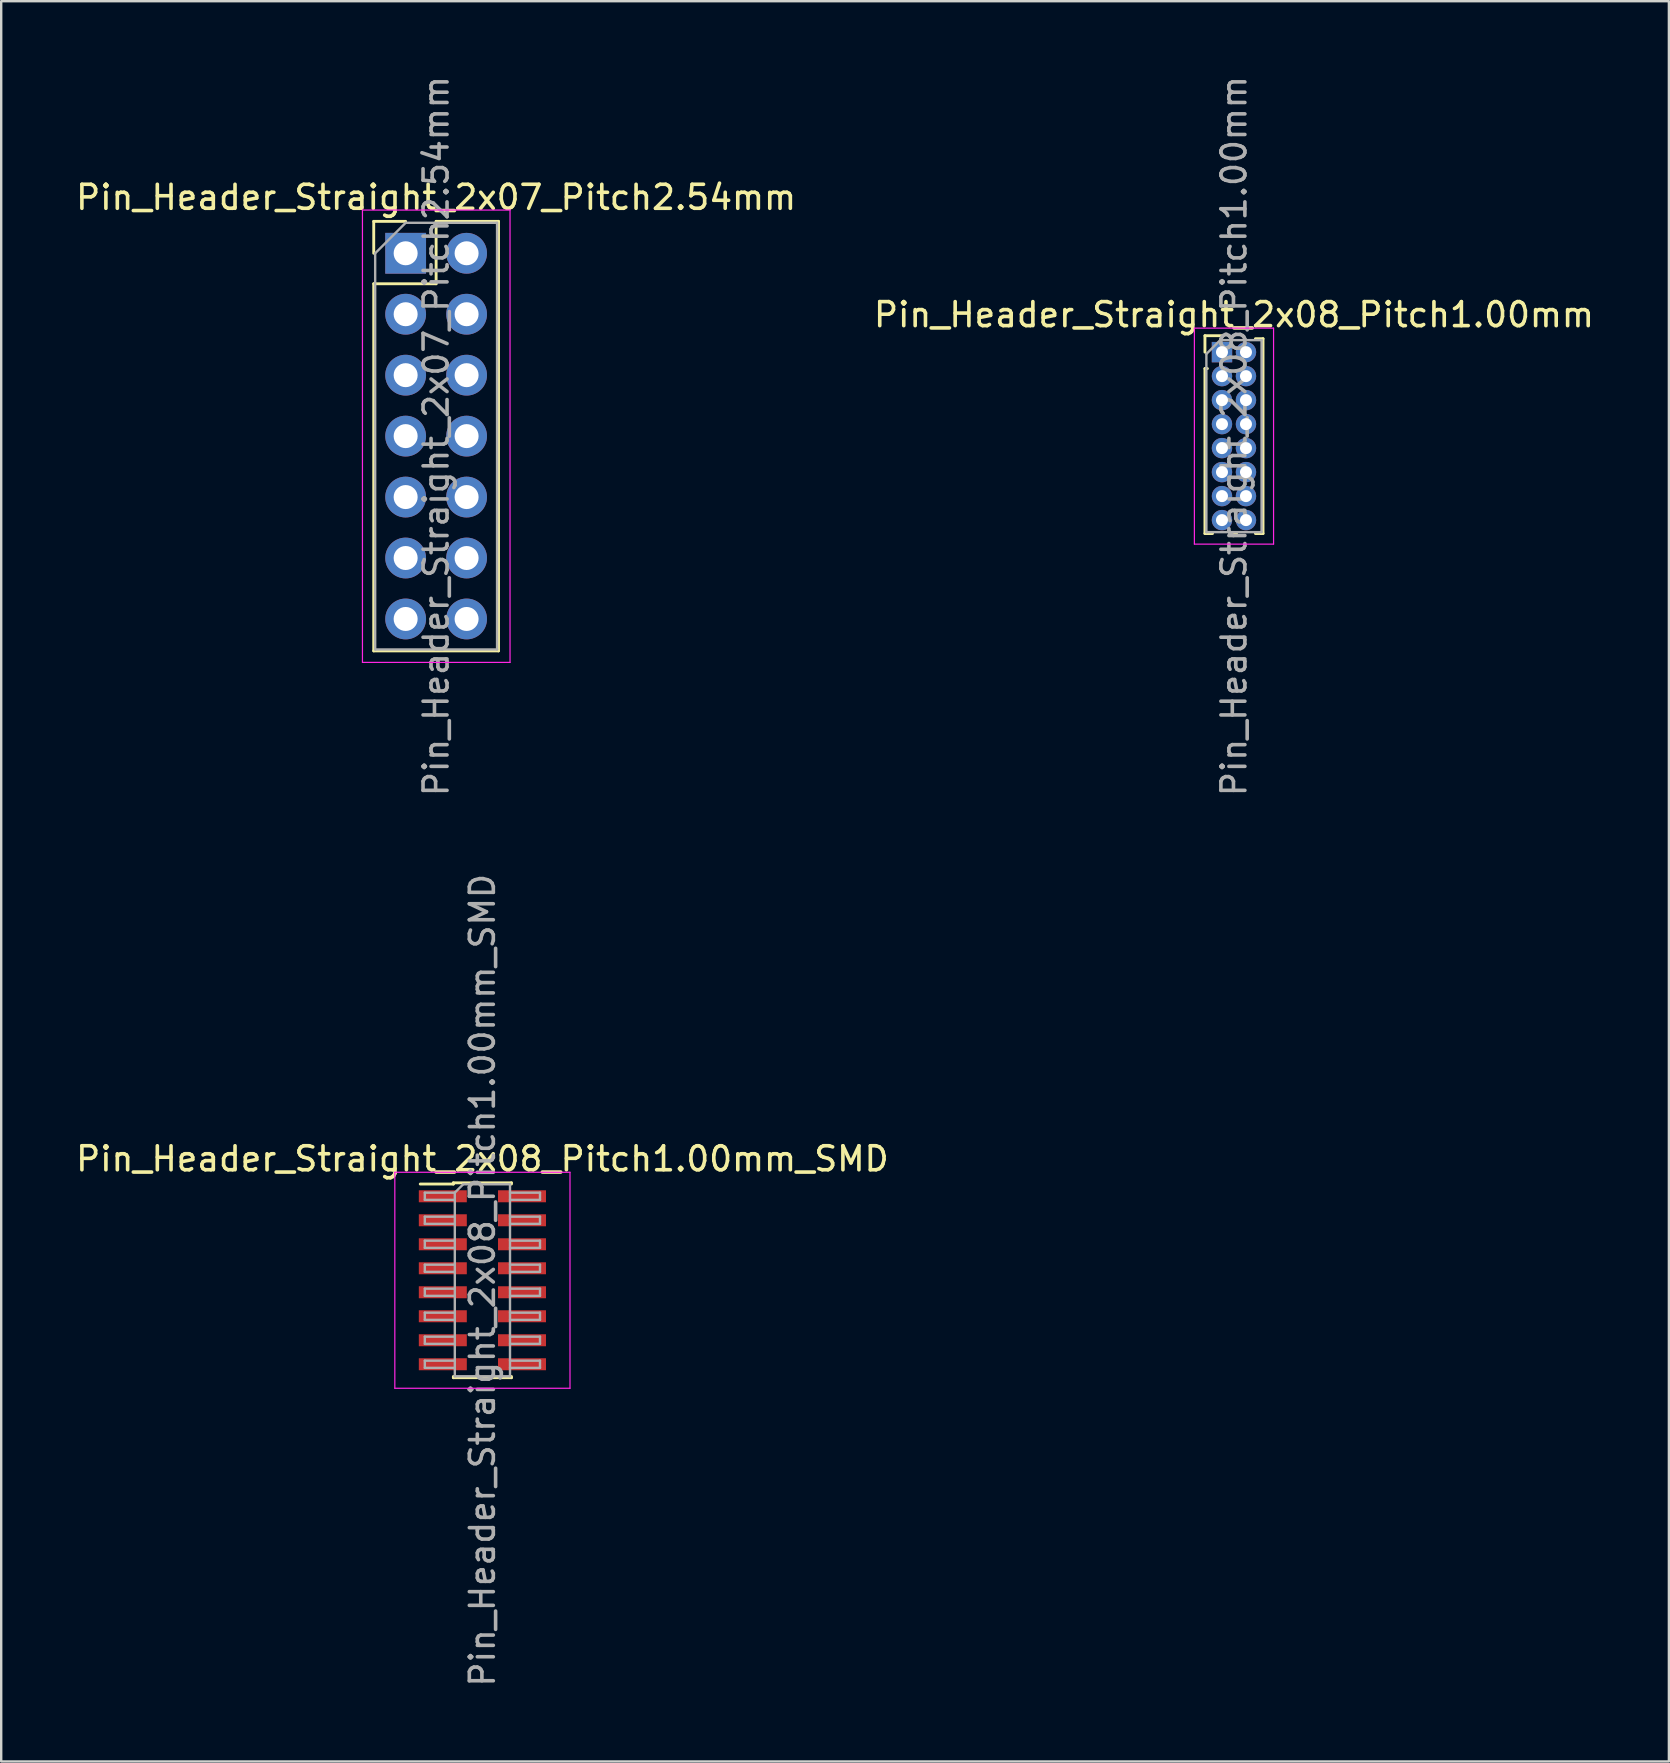
<source format=kicad_pcb>
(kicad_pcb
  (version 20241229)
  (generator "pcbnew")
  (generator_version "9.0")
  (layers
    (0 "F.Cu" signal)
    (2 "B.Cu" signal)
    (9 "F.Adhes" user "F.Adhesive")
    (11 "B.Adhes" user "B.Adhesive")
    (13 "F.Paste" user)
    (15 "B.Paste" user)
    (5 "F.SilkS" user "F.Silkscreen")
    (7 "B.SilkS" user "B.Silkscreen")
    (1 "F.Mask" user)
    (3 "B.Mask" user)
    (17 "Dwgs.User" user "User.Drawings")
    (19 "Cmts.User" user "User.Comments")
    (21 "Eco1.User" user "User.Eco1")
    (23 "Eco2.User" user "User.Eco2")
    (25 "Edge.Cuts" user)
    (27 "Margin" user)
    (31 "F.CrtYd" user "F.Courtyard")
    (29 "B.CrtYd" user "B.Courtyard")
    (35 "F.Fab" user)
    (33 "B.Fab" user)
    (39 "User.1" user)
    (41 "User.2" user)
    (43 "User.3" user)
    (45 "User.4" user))
  (footprint "Pin_Header_Straight_2x08_Pitch1.00mm_SMD"
    (layer "F.Cu")
    (at 17.054 50.304)
    (property "Reference" "Pin_Header_Straight_2x08_Pitch1.00mm_SMD" (at 0 -5.06 0) (layer "F.SilkS") (effects (font (size 1 1) (thickness 0.15))))
    (attr smd)
    (fp_line (start -2.59 -4.01) (end -1.21 -4.01) (stroke (width 0.12) (type solid)) (layer "F.SilkS"))
    (fp_line (start -1.21 -4.06) (end -1.21 -4.01) (stroke (width 0.12) (type solid)) (layer "F.SilkS"))
    (fp_line (start -1.21 -4.06) (end 1.21 -4.06) (stroke (width 0.12) (type solid)) (layer "F.SilkS"))
    (fp_line (start -1.21 4.01) (end -1.21 4.06) (stroke (width 0.12) (type solid)) (layer "F.SilkS"))
    (fp_line (start -1.21 4.06) (end 1.21 4.06) (stroke (width 0.12) (type solid)) (layer "F.SilkS"))
    (fp_line (start 1.21 -4.06) (end 1.21 -4.01) (stroke (width 0.12) (type solid)) (layer "F.SilkS"))
    (fp_line (start 1.21 4.01) (end 1.21 4.06) (stroke (width 0.12) (type solid)) (layer "F.SilkS"))
    (fp_line (start -3.65 -4.5) (end -3.65 4.5) (stroke (width 0.05) (type solid)) (layer "F.CrtYd"))
    (fp_line (start -3.65 4.5) (end 3.65 4.5) (stroke (width 0.05) (type solid)) (layer "F.CrtYd"))
    (fp_line (start 3.65 -4.5) (end -3.65 -4.5) (stroke (width 0.05) (type solid)) (layer "F.CrtYd"))
    (fp_line (start 3.65 4.5) (end 3.65 -4.5) (stroke (width 0.05) (type solid)) (layer "F.CrtYd"))
    (fp_line (start -2.4 -3.65) (end -2.4 -3.35) (stroke (width 0.1) (type solid)) (layer "F.Fab"))
    (fp_line (start -2.4 -3.35) (end -1.15 -3.35) (stroke (width 0.1) (type solid)) (layer "F.Fab"))
    (fp_line (start -2.4 -2.65) (end -2.4 -2.35) (stroke (width 0.1) (type solid)) (layer "F.Fab"))
    (fp_line (start -2.4 -2.35) (end -1.15 -2.35) (stroke (width 0.1) (type solid)) (layer "F.Fab"))
    (fp_line (start -2.4 -1.65) (end -2.4 -1.35) (stroke (width 0.1) (type solid)) (layer "F.Fab"))
    (fp_line (start -2.4 -1.35) (end -1.15 -1.35) (stroke (width 0.1) (type solid)) (layer "F.Fab"))
    (fp_line (start -2.4 -0.65) (end -2.4 -0.35) (stroke (width 0.1) (type solid)) (layer "F.Fab"))
    (fp_line (start -2.4 -0.35) (end -1.15 -0.35) (stroke (width 0.1) (type solid)) (layer "F.Fab"))
    (fp_line (start -2.4 0.35) (end -2.4 0.65) (stroke (width 0.1) (type solid)) (layer "F.Fab"))
    (fp_line (start -2.4 0.65) (end -1.15 0.65) (stroke (width 0.1) (type solid)) (layer "F.Fab"))
    (fp_line (start -2.4 1.35) (end -2.4 1.65) (stroke (width 0.1) (type solid)) (layer "F.Fab"))
    (fp_line (start -2.4 1.65) (end -1.15 1.65) (stroke (width 0.1) (type solid)) (layer "F.Fab"))
    (fp_line (start -2.4 2.35) (end -2.4 2.65) (stroke (width 0.1) (type solid)) (layer "F.Fab"))
    (fp_line (start -2.4 2.65) (end -1.15 2.65) (stroke (width 0.1) (type solid)) (layer "F.Fab"))
    (fp_line (start -2.4 3.35) (end -2.4 3.65) (stroke (width 0.1) (type solid)) (layer "F.Fab"))
    (fp_line (start -2.4 3.65) (end -1.15 3.65) (stroke (width 0.1) (type solid)) (layer "F.Fab"))
    (fp_line (start -1.15 -3.65) (end -2.4 -3.65) (stroke (width 0.1) (type solid)) (layer "F.Fab"))
    (fp_line (start -1.15 -3.65) (end -0.8 -4) (stroke (width 0.1) (type solid)) (layer "F.Fab"))
    (fp_line (start -1.15 -2.65) (end -2.4 -2.65) (stroke (width 0.1) (type solid)) (layer "F.Fab"))
    (fp_line (start -1.15 -1.65) (end -2.4 -1.65) (stroke (width 0.1) (type solid)) (layer "F.Fab"))
    (fp_line (start -1.15 -0.65) (end -2.4 -0.65) (stroke (width 0.1) (type solid)) (layer "F.Fab"))
    (fp_line (start -1.15 0.35) (end -2.4 0.35) (stroke (width 0.1) (type solid)) (layer "F.Fab"))
    (fp_line (start -1.15 1.35) (end -2.4 1.35) (stroke (width 0.1) (type solid)) (layer "F.Fab"))
    (fp_line (start -1.15 2.35) (end -2.4 2.35) (stroke (width 0.1) (type solid)) (layer "F.Fab"))
    (fp_line (start -1.15 3.35) (end -2.4 3.35) (stroke (width 0.1) (type solid)) (layer "F.Fab"))
    (fp_line (start -1.15 4) (end -1.15 -3.65) (stroke (width 0.1) (type solid)) (layer "F.Fab"))
    (fp_line (start -0.8 -4) (end 1.15 -4) (stroke (width 0.1) (type solid)) (layer "F.Fab"))
    (fp_line (start 1.15 -4) (end 1.15 4) (stroke (width 0.1) (type solid)) (layer "F.Fab"))
    (fp_line (start 1.15 -3.65) (end 2.4 -3.65) (stroke (width 0.1) (type solid)) (layer "F.Fab"))
    (fp_line (start 1.15 -2.65) (end 2.4 -2.65) (stroke (width 0.1) (type solid)) (layer "F.Fab"))
    (fp_line (start 1.15 -1.65) (end 2.4 -1.65) (stroke (width 0.1) (type solid)) (layer "F.Fab"))
    (fp_line (start 1.15 -0.65) (end 2.4 -0.65) (stroke (width 0.1) (type solid)) (layer "F.Fab"))
    (fp_line (start 1.15 0.35) (end 2.4 0.35) (stroke (width 0.1) (type solid)) (layer "F.Fab"))
    (fp_line (start 1.15 1.35) (end 2.4 1.35) (stroke (width 0.1) (type solid)) (layer "F.Fab"))
    (fp_line (start 1.15 2.35) (end 2.4 2.35) (stroke (width 0.1) (type solid)) (layer "F.Fab"))
    (fp_line (start 1.15 3.35) (end 2.4 3.35) (stroke (width 0.1) (type solid)) (layer "F.Fab"))
    (fp_line (start 1.15 4) (end -1.15 4) (stroke (width 0.1) (type solid)) (layer "F.Fab"))
    (fp_line (start 2.4 -3.65) (end 2.4 -3.35) (stroke (width 0.1) (type solid)) (layer "F.Fab"))
    (fp_line (start 2.4 -3.35) (end 1.15 -3.35) (stroke (width 0.1) (type solid)) (layer "F.Fab"))
    (fp_line (start 2.4 -2.65) (end 2.4 -2.35) (stroke (width 0.1) (type solid)) (layer "F.Fab"))
    (fp_line (start 2.4 -2.35) (end 1.15 -2.35) (stroke (width 0.1) (type solid)) (layer "F.Fab"))
    (fp_line (start 2.4 -1.65) (end 2.4 -1.35) (stroke (width 0.1) (type solid)) (layer "F.Fab"))
    (fp_line (start 2.4 -1.35) (end 1.15 -1.35) (stroke (width 0.1) (type solid)) (layer "F.Fab"))
    (fp_line (start 2.4 -0.65) (end 2.4 -0.35) (stroke (width 0.1) (type solid)) (layer "F.Fab"))
    (fp_line (start 2.4 -0.35) (end 1.15 -0.35) (stroke (width 0.1) (type solid)) (layer "F.Fab"))
    (fp_line (start 2.4 0.35) (end 2.4 0.65) (stroke (width 0.1) (type solid)) (layer "F.Fab"))
    (fp_line (start 2.4 0.65) (end 1.15 0.65) (stroke (width 0.1) (type solid)) (layer "F.Fab"))
    (fp_line (start 2.4 1.35) (end 2.4 1.65) (stroke (width 0.1) (type solid)) (layer "F.Fab"))
    (fp_line (start 2.4 1.65) (end 1.15 1.65) (stroke (width 0.1) (type solid)) (layer "F.Fab"))
    (fp_line (start 2.4 2.35) (end 2.4 2.65) (stroke (width 0.1) (type solid)) (layer "F.Fab"))
    (fp_line (start 2.4 2.65) (end 1.15 2.65) (stroke (width 0.1) (type solid)) (layer "F.Fab"))
    (fp_line (start 2.4 3.35) (end 2.4 3.65) (stroke (width 0.1) (type solid)) (layer "F.Fab"))
    (fp_line (start 2.4 3.65) (end 1.15 3.65) (stroke (width 0.1) (type solid)) (layer "F.Fab"))
    (fp_text user "${REFERENCE}" (at 0 0 90) (layer "F.Fab") (effects (font (size 1 1) (thickness 0.15))))
    (pad "1" smd rect (at -1.65 -3.5) (size 2 0.5) (layers "F.Cu" "F.Mask" "F.Paste"))
    (pad "2" smd rect (at 1.65 -3.5) (size 2 0.5) (layers "F.Cu" "F.Mask" "F.Paste"))
    (pad "3" smd rect (at -1.65 -2.5) (size 2 0.5) (layers "F.Cu" "F.Mask" "F.Paste"))
    (pad "4" smd rect (at 1.65 -2.5) (size 2 0.5) (layers "F.Cu" "F.Mask" "F.Paste"))
    (pad "5" smd rect (at -1.65 -1.5) (size 2 0.5) (layers "F.Cu" "F.Mask" "F.Paste"))
    (pad "6" smd rect (at 1.65 -1.5) (size 2 0.5) (layers "F.Cu" "F.Mask" "F.Paste"))
    (pad "7" smd rect (at -1.65 -0.5) (size 2 0.5) (layers "F.Cu" "F.Mask" "F.Paste"))
    (pad "8" smd rect (at 1.65 -0.5) (size 2 0.5) (layers "F.Cu" "F.Mask" "F.Paste"))
    (pad "9" smd rect (at -1.65 0.5) (size 2 0.5) (layers "F.Cu" "F.Mask" "F.Paste"))
    (pad "10" smd rect (at 1.65 0.5) (size 2 0.5) (layers "F.Cu" "F.Mask" "F.Paste"))
    (pad "11" smd rect (at -1.65 1.5) (size 2 0.5) (layers "F.Cu" "F.Mask" "F.Paste"))
    (pad "12" smd rect (at 1.65 1.5) (size 2 0.5) (layers "F.Cu" "F.Mask" "F.Paste"))
    (pad "13" smd rect (at -1.65 2.5) (size 2 0.5) (layers "F.Cu" "F.Mask" "F.Paste"))
    (pad "14" smd rect (at 1.65 2.5) (size 2 0.5) (layers "F.Cu" "F.Mask" "F.Paste"))
    (pad "15" smd rect (at -1.65 3.5) (size 2 0.5) (layers "F.Cu" "F.Mask" "F.Paste"))
    (pad "16" smd rect (at 1.65 3.5) (size 2 0.5) (layers "F.Cu" "F.Mask" "F.Paste")))
  (footprint "Pin_Header_Straight_2x08_Pitch1.00mm"
    (layer "F.Cu")
    (at 47.875 11.625)
    (property "Reference" "Pin_Header_Straight_2x08_Pitch1.00mm" (at 0.5 -1.56 0) (layer "F.SilkS") (effects (font (size 1 1) (thickness 0.15))))
    (attr through_hole)
    (fp_line (start -0.71 -0.685) (end 0 -0.685) (stroke (width 0.12) (type solid)) (layer "F.SilkS"))
    (fp_line (start -0.71 0) (end -0.71 -0.685) (stroke (width 0.12) (type solid)) (layer "F.SilkS"))
    (fp_line (start -0.71 0.685) (end -0.71 7.56) (stroke (width 0.12) (type solid)) (layer "F.SilkS"))
    (fp_line (start -0.71 0.685) (end -0.608 0.685) (stroke (width 0.12) (type solid)) (layer "F.SilkS"))
    (fp_line (start -0.71 7.56) (end -0.394 7.56) (stroke (width 0.12) (type solid)) (layer "F.SilkS"))
    (fp_line (start 0.394 7.56) (end 0.606 7.56) (stroke (width 0.12) (type solid)) (layer "F.SilkS"))
    (fp_line (start 1.394 -0.56) (end 1.71 -0.56) (stroke (width 0.12) (type solid)) (layer "F.SilkS"))
    (fp_line (start 1.394 7.56) (end 1.71 7.56) (stroke (width 0.12) (type solid)) (layer "F.SilkS"))
    (fp_line (start 1.71 -0.56) (end 1.71 7.56) (stroke (width 0.12) (type solid)) (layer "F.SilkS"))
    (fp_line (start -1.15 -1) (end -1.15 8) (stroke (width 0.05) (type solid)) (layer "F.CrtYd"))
    (fp_line (start -1.15 8) (end 2.15 8) (stroke (width 0.05) (type solid)) (layer "F.CrtYd"))
    (fp_line (start 2.15 -1) (end -1.15 -1) (stroke (width 0.05) (type solid)) (layer "F.CrtYd"))
    (fp_line (start 2.15 8) (end 2.15 -1) (stroke (width 0.05) (type solid)) (layer "F.CrtYd"))
    (fp_line (start -0.65 0.075) (end -0.075 -0.5) (stroke (width 0.1) (type solid)) (layer "F.Fab"))
    (fp_line (start -0.65 7.5) (end -0.65 0.075) (stroke (width 0.1) (type solid)) (layer "F.Fab"))
    (fp_line (start -0.075 -0.5) (end 1.65 -0.5) (stroke (width 0.1) (type solid)) (layer "F.Fab"))
    (fp_line (start 1.65 -0.5) (end 1.65 7.5) (stroke (width 0.1) (type solid)) (layer "F.Fab"))
    (fp_line (start 1.65 7.5) (end -0.65 7.5) (stroke (width 0.1) (type solid)) (layer "F.Fab"))
    (fp_text user "${REFERENCE}" (at 0.5 3.5 90) (layer "F.Fab") (effects (font (size 1 1) (thickness 0.15))))
    (pad "1" thru_hole rect (at 0 0) (size 0.85 0.85) (drill 0.5) (layers "*.Cu" "*.Mask"))
    (pad "2" thru_hole oval (at 1 0) (size 0.85 0.85) (drill 0.5) (layers "*.Cu" "*.Mask"))
    (pad "3" thru_hole oval (at 0 1) (size 0.85 0.85) (drill 0.5) (layers "*.Cu" "*.Mask"))
    (pad "4" thru_hole oval (at 1 1) (size 0.85 0.85) (drill 0.5) (layers "*.Cu" "*.Mask"))
    (pad "5" thru_hole oval (at 0 2) (size 0.85 0.85) (drill 0.5) (layers "*.Cu" "*.Mask"))
    (pad "6" thru_hole oval (at 1 2) (size 0.85 0.85) (drill 0.5) (layers "*.Cu" "*.Mask"))
    (pad "7" thru_hole oval (at 0 3) (size 0.85 0.85) (drill 0.5) (layers "*.Cu" "*.Mask"))
    (pad "8" thru_hole oval (at 1 3) (size 0.85 0.85) (drill 0.5) (layers "*.Cu" "*.Mask"))
    (pad "9" thru_hole oval (at 0 4) (size 0.85 0.85) (drill 0.5) (layers "*.Cu" "*.Mask"))
    (pad "10" thru_hole oval (at 1 4) (size 0.85 0.85) (drill 0.5) (layers "*.Cu" "*.Mask"))
    (pad "11" thru_hole oval (at 0 5) (size 0.85 0.85) (drill 0.5) (layers "*.Cu" "*.Mask"))
    (pad "12" thru_hole oval (at 1 5) (size 0.85 0.85) (drill 0.5) (layers "*.Cu" "*.Mask"))
    (pad "13" thru_hole oval (at 0 6) (size 0.85 0.85) (drill 0.5) (layers "*.Cu" "*.Mask"))
    (pad "14" thru_hole oval (at 1 6) (size 0.85 0.85) (drill 0.5) (layers "*.Cu" "*.Mask"))
    (pad "15" thru_hole oval (at 0 7) (size 0.85 0.85) (drill 0.5) (layers "*.Cu" "*.Mask"))
    (pad "16" thru_hole oval (at 1 7) (size 0.85 0.85) (drill 0.5) (layers "*.Cu" "*.Mask")))
  (footprint "Pin_Header_Straight_2x07_Pitch2.54mm"
    (layer "F.Cu")
    (at 13.855 7.505)
    (property "Reference" "Pin_Header_Straight_2x07_Pitch2.54mm" (at 1.27 -2.33 0) (layer "F.SilkS") (effects (font (size 1 1) (thickness 0.15))))
    (attr through_hole)
    (fp_line (start -1.33 -1.33) (end 0 -1.33) (stroke (width 0.12) (type solid)) (layer "F.SilkS"))
    (fp_line (start -1.33 0) (end -1.33 -1.33) (stroke (width 0.12) (type solid)) (layer "F.SilkS"))
    (fp_line (start -1.33 1.27) (end -1.33 16.57) (stroke (width 0.12) (type solid)) (layer "F.SilkS"))
    (fp_line (start -1.33 1.27) (end 1.27 1.27) (stroke (width 0.12) (type solid)) (layer "F.SilkS"))
    (fp_line (start -1.33 16.57) (end 3.87 16.57) (stroke (width 0.12) (type solid)) (layer "F.SilkS"))
    (fp_line (start 1.27 -1.33) (end 3.87 -1.33) (stroke (width 0.12) (type solid)) (layer "F.SilkS"))
    (fp_line (start 1.27 1.27) (end 1.27 -1.33) (stroke (width 0.12) (type solid)) (layer "F.SilkS"))
    (fp_line (start 3.87 -1.33) (end 3.87 16.57) (stroke (width 0.12) (type solid)) (layer "F.SilkS"))
    (fp_line (start -1.8 -1.8) (end -1.8 17.05) (stroke (width 0.05) (type solid)) (layer "F.CrtYd"))
    (fp_line (start -1.8 17.05) (end 4.35 17.05) (stroke (width 0.05) (type solid)) (layer "F.CrtYd"))
    (fp_line (start 4.35 -1.8) (end -1.8 -1.8) (stroke (width 0.05) (type solid)) (layer "F.CrtYd"))
    (fp_line (start 4.35 17.05) (end 4.35 -1.8) (stroke (width 0.05) (type solid)) (layer "F.CrtYd"))
    (fp_line (start -1.27 0) (end 0 -1.27) (stroke (width 0.1) (type solid)) (layer "F.Fab"))
    (fp_line (start -1.27 16.51) (end -1.27 0) (stroke (width 0.1) (type solid)) (layer "F.Fab"))
    (fp_line (start 0 -1.27) (end 3.81 -1.27) (stroke (width 0.1) (type solid)) (layer "F.Fab"))
    (fp_line (start 3.81 -1.27) (end 3.81 16.51) (stroke (width 0.1) (type solid)) (layer "F.Fab"))
    (fp_line (start 3.81 16.51) (end -1.27 16.51) (stroke (width 0.1) (type solid)) (layer "F.Fab"))
    (fp_text user "${REFERENCE}" (at 1.27 7.62 90) (layer "F.Fab") (effects (font (size 1 1) (thickness 0.15))))
    (pad "1" thru_hole rect (at 0 0) (size 1.7 1.7) (drill 1) (layers "*.Cu" "*.Mask"))
    (pad "2" thru_hole oval (at 2.54 0) (size 1.7 1.7) (drill 1) (layers "*.Cu" "*.Mask"))
    (pad "3" thru_hole oval (at 0 2.54) (size 1.7 1.7) (drill 1) (layers "*.Cu" "*.Mask"))
    (pad "4" thru_hole oval (at 2.54 2.54) (size 1.7 1.7) (drill 1) (layers "*.Cu" "*.Mask"))
    (pad "5" thru_hole oval (at 0 5.08) (size 1.7 1.7) (drill 1) (layers "*.Cu" "*.Mask"))
    (pad "6" thru_hole oval (at 2.54 5.08) (size 1.7 1.7) (drill 1) (layers "*.Cu" "*.Mask"))
    (pad "7" thru_hole oval (at 0 7.62) (size 1.7 1.7) (drill 1) (layers "*.Cu" "*.Mask"))
    (pad "8" thru_hole oval (at 2.54 7.62) (size 1.7 1.7) (drill 1) (layers "*.Cu" "*.Mask"))
    (pad "9" thru_hole oval (at 0 10.16) (size 1.7 1.7) (drill 1) (layers "*.Cu" "*.Mask"))
    (pad "10" thru_hole oval (at 2.54 10.16) (size 1.7 1.7) (drill 1) (layers "*.Cu" "*.Mask"))
    (pad "11" thru_hole oval (at 0 12.7) (size 1.7 1.7) (drill 1) (layers "*.Cu" "*.Mask"))
    (pad "12" thru_hole oval (at 2.54 12.7) (size 1.7 1.7) (drill 1) (layers "*.Cu" "*.Mask"))
    (pad "13" thru_hole oval (at 0 15.24) (size 1.7 1.7) (drill 1) (layers "*.Cu" "*.Mask"))
    (pad "14" thru_hole oval (at 2.54 15.24) (size 1.7 1.7) (drill 1) (layers "*.Cu" "*.Mask")))
  (gr_rect
    (start -3 -3)
    (end 66.5 70.357)
    (stroke (width 0.1) (type default))
    (fill no)
    (layer "Edge.Cuts")))
</source>
